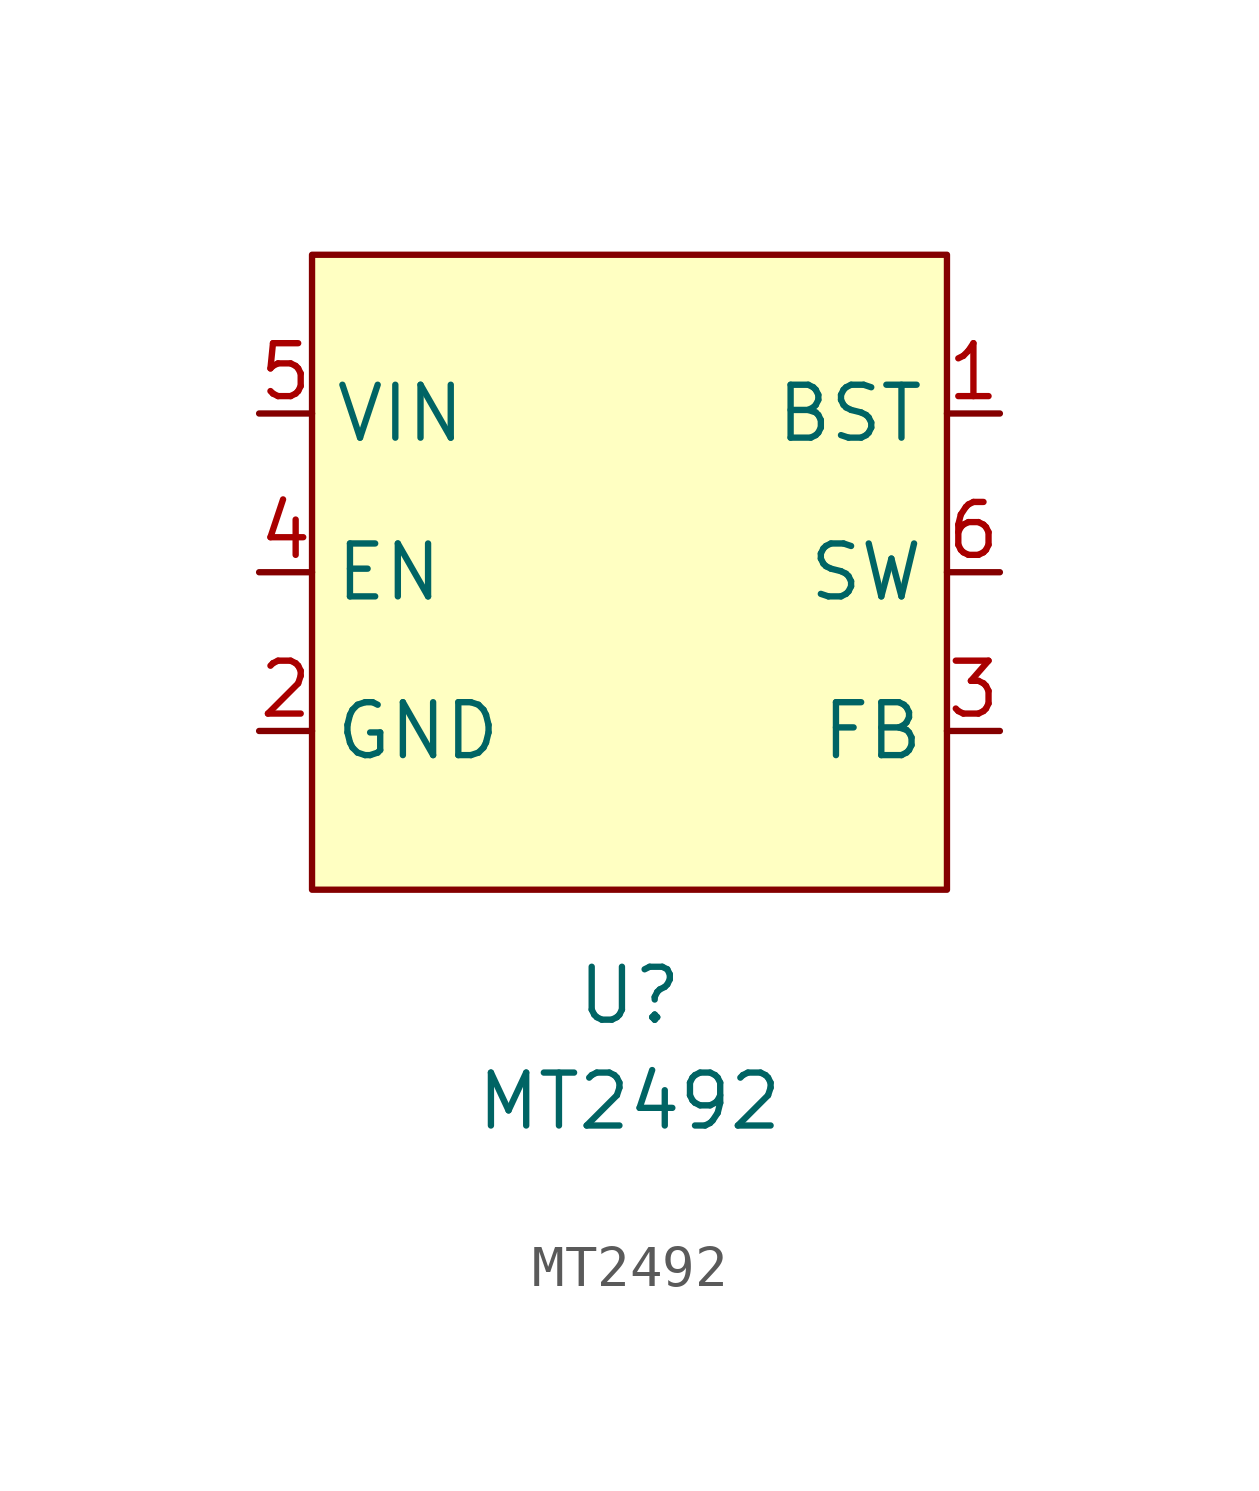
<source format=kicad_sym>
(kicad_symbol_lib
  (version 20211014)
  (generator kicad_symbol_editor)
  (symbol "MT2492"
    (property "Reference" "U"
      (at 0 -12.7 0)
      (effects (font (size 1.27 1.27))))
    (property "Value" "MT2492"
      (at 0 -15.24 0)
      (effects (font (size 1.27 1.27))))
    (symbol "MT2492_0_1"
      (rectangle (start -7.62 5.08) (end 7.62 -10.16) (stroke (width 0) (type default) (color 0 0 0 0)) (fill (type background))))
    (symbol "MT2492_1_1"
      (pin unspecified line (at 8.89 1.27 180) (length 1.27) (name "BST" (effects (font (size 1.27 1.27)))) (number "1" (effects (font (size 1.27 1.27)))))
      (pin unspecified line (at -8.89 -6.35 0) (length 1.27) (name "GND" (effects (font (size 1.27 1.27)))) (number "2" (effects (font (size 1.27 1.27)))))
      (pin unspecified line (at 8.89 -6.35 180) (length 1.27) (name "FB" (effects (font (size 1.27 1.27)))) (number "3" (effects (font (size 1.27 1.27)))))
      (pin input line (at -8.89 -2.54 0) (length 1.27) (name "EN" (effects (font (size 1.27 1.27)))) (number "4" (effects (font (size 1.27 1.27)))))
      (pin power_in line (at -8.89 1.27 0) (length 1.27) (name "VIN" (effects (font (size 1.27 1.27)))) (number "5" (effects (font (size 1.27 1.27)))))
      (pin unspecified line (at 8.89 -2.54 180) (length 1.27) (name "SW" (effects (font (size 1.27 1.27)))) (number "6" (effects (font (size 1.27 1.27))))))))
</source>
